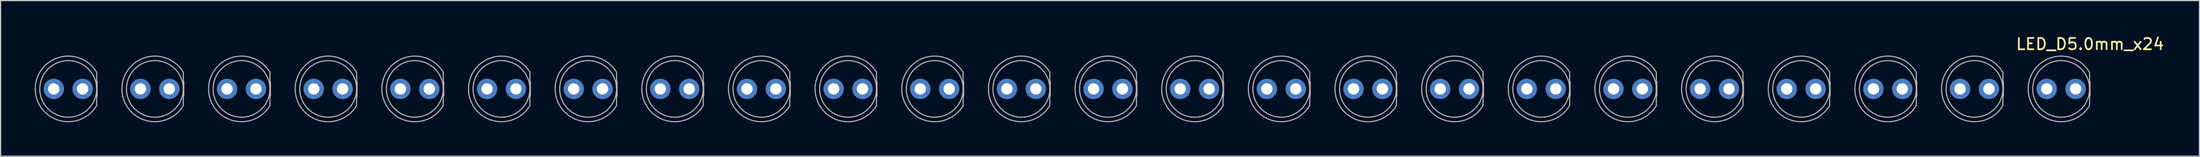
<source format=kicad_pcb>
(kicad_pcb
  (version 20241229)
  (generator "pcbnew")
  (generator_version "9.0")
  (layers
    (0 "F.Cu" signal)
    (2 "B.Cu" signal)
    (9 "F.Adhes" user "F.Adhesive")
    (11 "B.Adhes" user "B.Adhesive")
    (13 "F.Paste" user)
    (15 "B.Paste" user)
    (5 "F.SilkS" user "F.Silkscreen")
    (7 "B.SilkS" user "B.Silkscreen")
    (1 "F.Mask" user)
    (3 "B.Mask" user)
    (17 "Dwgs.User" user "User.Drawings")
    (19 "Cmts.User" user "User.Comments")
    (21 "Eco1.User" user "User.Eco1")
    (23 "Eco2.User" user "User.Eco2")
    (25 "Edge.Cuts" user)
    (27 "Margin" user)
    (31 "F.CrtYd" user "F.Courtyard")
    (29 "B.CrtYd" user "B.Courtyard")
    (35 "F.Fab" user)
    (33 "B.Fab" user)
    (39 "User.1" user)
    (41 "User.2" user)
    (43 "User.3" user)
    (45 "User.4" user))
  (footprint "LED_D5.0mm_x24"
    (layer "F.Cu")
    (at 179.48 4.808)
    (property "Reference" "LED_D5.0mm_x24" (at 1.27 -3.96 0) (layer "F.SilkS") (effects (font (size 1 1) (thickness 0.15))))
    (attr through_hole)
    (fp_line (start -173.99 -0.635) (end -173.99 0.635) (stroke (width 0.1) (type solid)) (layer "B.SilkS"))
    (fp_line (start -166.37 -0.635) (end -166.37 0.635) (stroke (width 0.1) (type solid)) (layer "B.SilkS"))
    (fp_line (start -158.75 -0.635) (end -158.75 0.635) (stroke (width 0.1) (type solid)) (layer "B.SilkS"))
    (fp_line (start -151.13 -0.635) (end -151.13 0.635) (stroke (width 0.1) (type solid)) (layer "B.SilkS"))
    (fp_line (start -143.51 -0.635) (end -143.51 0.635) (stroke (width 0.1) (type solid)) (layer "B.SilkS"))
    (fp_line (start -135.89 -0.635) (end -135.89 0.635) (stroke (width 0.1) (type solid)) (layer "B.SilkS"))
    (fp_line (start -128.27 -0.635) (end -128.27 0.635) (stroke (width 0.1) (type solid)) (layer "B.SilkS"))
    (fp_line (start -120.65 -0.635) (end -120.65 0.635) (stroke (width 0.1) (type solid)) (layer "B.SilkS"))
    (fp_line (start -113.03 -0.635) (end -113.03 0.635) (stroke (width 0.1) (type solid)) (layer "B.SilkS"))
    (fp_line (start -105.41 -0.635) (end -105.41 0.635) (stroke (width 0.1) (type solid)) (layer "B.SilkS"))
    (fp_line (start -97.79 -0.635) (end -97.79 0.635) (stroke (width 0.1) (type solid)) (layer "B.SilkS"))
    (fp_line (start -90.17 -0.635) (end -90.17 0.635) (stroke (width 0.1) (type solid)) (layer "B.SilkS"))
    (fp_line (start -82.55 -0.635) (end -82.55 0.635) (stroke (width 0.1) (type solid)) (layer "B.SilkS"))
    (fp_line (start -74.93 -0.635) (end -74.93 0.635) (stroke (width 0.1) (type solid)) (layer "B.SilkS"))
    (fp_line (start -67.31 -0.635) (end -67.31 0.635) (stroke (width 0.1) (type solid)) (layer "B.SilkS"))
    (fp_line (start -59.69 -0.635) (end -59.69 0.635) (stroke (width 0.1) (type solid)) (layer "B.SilkS"))
    (fp_line (start -52.07 -0.635) (end -52.07 0.635) (stroke (width 0.1) (type solid)) (layer "B.SilkS"))
    (fp_line (start -44.45 -0.635) (end -44.45 0.635) (stroke (width 0.1) (type solid)) (layer "B.SilkS"))
    (fp_line (start -36.83 -0.635) (end -36.83 0.635) (stroke (width 0.1) (type solid)) (layer "B.SilkS"))
    (fp_line (start -29.21 -0.635) (end -29.21 0.635) (stroke (width 0.1) (type solid)) (layer "B.SilkS"))
    (fp_line (start -21.59 -0.635) (end -21.59 0.635) (stroke (width 0.1) (type solid)) (layer "B.SilkS"))
    (fp_line (start -13.97 -0.635) (end -13.97 0.635) (stroke (width 0.1) (type solid)) (layer "B.SilkS"))
    (fp_line (start -6.35 -0.635) (end -6.35 0.635) (stroke (width 0.1) (type solid)) (layer "B.SilkS"))
    (fp_line (start 1.27 -0.635) (end 1.27 0.635) (stroke (width 0.1) (type solid)) (layer "B.SilkS"))
    (fp_line (start -174.03 1.47) (end -174.03 -1.47) (stroke (width 0.1) (type solid)) (layer "F.Fab"))
    (fp_line (start -166.41 1.47) (end -166.41 -1.47) (stroke (width 0.1) (type solid)) (layer "F.Fab"))
    (fp_line (start -158.79 1.47) (end -158.79 -1.47) (stroke (width 0.1) (type solid)) (layer "F.Fab"))
    (fp_line (start -151.17 1.47) (end -151.17 -1.47) (stroke (width 0.1) (type solid)) (layer "F.Fab"))
    (fp_line (start -143.55 1.47) (end -143.55 -1.47) (stroke (width 0.1) (type solid)) (layer "F.Fab"))
    (fp_line (start -135.93 1.47) (end -135.93 -1.47) (stroke (width 0.1) (type solid)) (layer "F.Fab"))
    (fp_line (start -128.31 1.47) (end -128.31 -1.47) (stroke (width 0.1) (type solid)) (layer "F.Fab"))
    (fp_line (start -120.69 1.47) (end -120.69 -1.47) (stroke (width 0.1) (type solid)) (layer "F.Fab"))
    (fp_line (start -113.07 1.47) (end -113.07 -1.47) (stroke (width 0.1) (type solid)) (layer "F.Fab"))
    (fp_line (start -105.45 1.47) (end -105.45 -1.47) (stroke (width 0.1) (type solid)) (layer "F.Fab"))
    (fp_line (start -97.83 1.47) (end -97.83 -1.47) (stroke (width 0.1) (type solid)) (layer "F.Fab"))
    (fp_line (start -90.21 1.47) (end -90.21 -1.47) (stroke (width 0.1) (type solid)) (layer "F.Fab"))
    (fp_line (start -82.59 1.47) (end -82.59 -1.47) (stroke (width 0.1) (type solid)) (layer "F.Fab"))
    (fp_line (start -74.97 1.47) (end -74.97 -1.47) (stroke (width 0.1) (type solid)) (layer "F.Fab"))
    (fp_line (start -67.35 1.47) (end -67.35 -1.47) (stroke (width 0.1) (type solid)) (layer "F.Fab"))
    (fp_line (start -59.73 1.47) (end -59.73 -1.47) (stroke (width 0.1) (type solid)) (layer "F.Fab"))
    (fp_line (start -52.11 1.47) (end -52.11 -1.47) (stroke (width 0.1) (type solid)) (layer "F.Fab"))
    (fp_line (start -44.49 1.47) (end -44.49 -1.47) (stroke (width 0.1) (type solid)) (layer "F.Fab"))
    (fp_line (start -36.87 1.47) (end -36.87 -1.47) (stroke (width 0.1) (type solid)) (layer "F.Fab"))
    (fp_line (start -29.25 1.47) (end -29.25 -1.47) (stroke (width 0.1) (type solid)) (layer "F.Fab"))
    (fp_line (start -21.63 1.47) (end -21.63 -1.47) (stroke (width 0.1) (type solid)) (layer "F.Fab"))
    (fp_line (start -14.01 1.47) (end -14.01 -1.47) (stroke (width 0.1) (type solid)) (layer "F.Fab"))
    (fp_line (start -6.39 1.47) (end -6.39 -1.47) (stroke (width 0.1) (type solid)) (layer "F.Fab"))
    (fp_line (start 1.23 1.47) (end 1.23 -1.47) (stroke (width 0.1) (type solid)) (layer "F.Fab"))
    (fp_arc (start -174.03 1.469694) (mid -179.43 -0.000016) (end -174.029984 -1.469666) (stroke (width 0.1) (type solid)) (layer "F.Fab"))
    (fp_arc (start -166.41 1.469694) (mid -171.81 -0.000016) (end -166.409984 -1.469666) (stroke (width 0.1) (type solid)) (layer "F.Fab"))
    (fp_arc (start -158.79 1.469694) (mid -164.19 -0.000016) (end -158.789984 -1.469666) (stroke (width 0.1) (type solid)) (layer "F.Fab"))
    (fp_arc (start -151.17 1.469694) (mid -156.57 -0.000016) (end -151.169984 -1.469666) (stroke (width 0.1) (type solid)) (layer "F.Fab"))
    (fp_arc (start -143.55 1.469694) (mid -148.95 -0.000016) (end -143.549984 -1.469666) (stroke (width 0.1) (type solid)) (layer "F.Fab"))
    (fp_arc (start -135.93 1.469694) (mid -141.33 -0.000016) (end -135.929984 -1.469666) (stroke (width 0.1) (type solid)) (layer "F.Fab"))
    (fp_arc (start -128.31 1.469694) (mid -133.71 -0.000016) (end -128.309984 -1.469666) (stroke (width 0.1) (type solid)) (layer "F.Fab"))
    (fp_arc (start -120.69 1.469694) (mid -126.09 -0.000016) (end -120.689984 -1.469666) (stroke (width 0.1) (type solid)) (layer "F.Fab"))
    (fp_arc (start -113.07 1.469694) (mid -118.47 -0.000016) (end -113.069984 -1.469666) (stroke (width 0.1) (type solid)) (layer "F.Fab"))
    (fp_arc (start -105.45 1.469694) (mid -110.85 -0.000016) (end -105.449984 -1.469666) (stroke (width 0.1) (type solid)) (layer "F.Fab"))
    (fp_arc (start -97.83 1.469694) (mid -103.23 -0.000016) (end -97.829984 -1.469666) (stroke (width 0.1) (type solid)) (layer "F.Fab"))
    (fp_arc (start -90.21 1.469694) (mid -95.61 -0.000016) (end -90.209984 -1.469666) (stroke (width 0.1) (type solid)) (layer "F.Fab"))
    (fp_arc (start -82.59 1.469694) (mid -87.99 -0.000016) (end -82.589984 -1.469666) (stroke (width 0.1) (type solid)) (layer "F.Fab"))
    (fp_arc (start -74.97 1.469694) (mid -80.37 -0.000016) (end -74.969984 -1.469666) (stroke (width 0.1) (type solid)) (layer "F.Fab"))
    (fp_arc (start -67.35 1.469694) (mid -72.75 -0.000016) (end -67.349984 -1.469666) (stroke (width 0.1) (type solid)) (layer "F.Fab"))
    (fp_arc (start -59.73 1.469694) (mid -65.13 -0.000016) (end -59.729984 -1.469666) (stroke (width 0.1) (type solid)) (layer "F.Fab"))
    (fp_arc (start -52.11 1.469694) (mid -57.51 -0.000016) (end -52.109984 -1.469666) (stroke (width 0.1) (type solid)) (layer "F.Fab"))
    (fp_arc (start -44.49 1.469694) (mid -49.89 -0.000016) (end -44.489984 -1.469666) (stroke (width 0.1) (type solid)) (layer "F.Fab"))
    (fp_arc (start -36.87 1.469694) (mid -42.27 -0.000016) (end -36.869984 -1.469666) (stroke (width 0.1) (type solid)) (layer "F.Fab"))
    (fp_arc (start -29.25 1.469694) (mid -34.65 -0.000016) (end -29.249984 -1.469666) (stroke (width 0.1) (type solid)) (layer "F.Fab"))
    (fp_arc (start -21.63 1.469694) (mid -27.03 -0.000016) (end -21.629984 -1.469666) (stroke (width 0.1) (type solid)) (layer "F.Fab"))
    (fp_arc (start -14.01 1.469694) (mid -19.41 -0.000016) (end -14.009984 -1.469666) (stroke (width 0.1) (type solid)) (layer "F.Fab"))
    (fp_arc (start -6.39 1.469694) (mid -11.79 -0.000016) (end -6.389984 -1.469666) (stroke (width 0.1) (type solid)) (layer "F.Fab"))
    (fp_arc (start 1.23 1.469694) (mid -4.17 -0.000016) (end 1.230016 -1.469666) (stroke (width 0.1) (type solid)) (layer "F.Fab"))
    (fp_circle (center -176.53 0) (end -179.03 0) (stroke (width 0.1) (type solid)) (fill no) (layer "F.Fab"))
    (fp_circle (center -168.91 0) (end -171.41 0) (stroke (width 0.1) (type solid)) (fill no) (layer "F.Fab"))
    (fp_circle (center -161.29 0) (end -163.79 0) (stroke (width 0.1) (type solid)) (fill no) (layer "F.Fab"))
    (fp_circle (center -153.67 0) (end -156.17 0) (stroke (width 0.1) (type solid)) (fill no) (layer "F.Fab"))
    (fp_circle (center -146.05 0) (end -148.55 0) (stroke (width 0.1) (type solid)) (fill no) (layer "F.Fab"))
    (fp_circle (center -138.43 0) (end -140.93 0) (stroke (width 0.1) (type solid)) (fill no) (layer "F.Fab"))
    (fp_circle (center -130.81 0) (end -133.31 0) (stroke (width 0.1) (type solid)) (fill no) (layer "F.Fab"))
    (fp_circle (center -123.19 0) (end -125.69 0) (stroke (width 0.1) (type solid)) (fill no) (layer "F.Fab"))
    (fp_circle (center -115.57 0) (end -118.07 0) (stroke (width 0.1) (type solid)) (fill no) (layer "F.Fab"))
    (fp_circle (center -107.95 0) (end -110.45 0) (stroke (width 0.1) (type solid)) (fill no) (layer "F.Fab"))
    (fp_circle (center -100.33 0) (end -102.83 0) (stroke (width 0.1) (type solid)) (fill no) (layer "F.Fab"))
    (fp_circle (center -92.71 0) (end -95.21 0) (stroke (width 0.1) (type solid)) (fill no) (layer "F.Fab"))
    (fp_circle (center -85.09 0) (end -87.59 0) (stroke (width 0.1) (type solid)) (fill no) (layer "F.Fab"))
    (fp_circle (center -77.47 0) (end -79.97 0) (stroke (width 0.1) (type solid)) (fill no) (layer "F.Fab"))
    (fp_circle (center -69.85 0) (end -72.35 0) (stroke (width 0.1) (type solid)) (fill no) (layer "F.Fab"))
    (fp_circle (center -62.23 0) (end -64.73 0) (stroke (width 0.1) (type solid)) (fill no) (layer "F.Fab"))
    (fp_circle (center -54.61 0) (end -57.11 0) (stroke (width 0.1) (type solid)) (fill no) (layer "F.Fab"))
    (fp_circle (center -46.99 0) (end -49.49 0) (stroke (width 0.1) (type solid)) (fill no) (layer "F.Fab"))
    (fp_circle (center -39.37 0) (end -41.87 0) (stroke (width 0.1) (type solid)) (fill no) (layer "F.Fab"))
    (fp_circle (center -31.75 0) (end -34.25 0) (stroke (width 0.1) (type solid)) (fill no) (layer "F.Fab"))
    (fp_circle (center -24.13 0) (end -26.63 0) (stroke (width 0.1) (type solid)) (fill no) (layer "F.Fab"))
    (fp_circle (center -16.51 0) (end -19.01 0) (stroke (width 0.1) (type solid)) (fill no) (layer "F.Fab"))
    (fp_circle (center -8.89 0) (end -11.39 0) (stroke (width 0.1) (type solid)) (fill no) (layer "F.Fab"))
    (fp_circle (center -1.27 0) (end -3.77 0) (stroke (width 0.1) (type solid)) (fill no) (layer "F.Fab"))
    (pad "1" thru_hole circle (at 0 0 180) (size 1.4 1.4) (drill 1) (layers "*.Cu" "B.Mask"))
    (pad "1" smd circle (at 0 0 180) (size 1.8 1.8) (layers "B.Cu" "B.Mask" "B.Paste"))
    (pad "2" thru_hole circle (at -2.54 0 180) (size 1.4 1.4) (drill 1) (layers "*.Cu" "B.Mask"))
    (pad "2" smd circle (at -2.54 0 180) (size 1.8 1.8) (layers "B.Cu" "B.Mask" "B.Paste"))
    (pad "3" thru_hole circle (at -7.62 0 180) (size 1.4 1.4) (drill 1) (layers "*.Cu" "B.Mask"))
    (pad "3" smd circle (at -7.62 0 180) (size 1.8 1.8) (layers "B.Cu" "B.Mask" "B.Paste"))
    (pad "4" thru_hole circle (at -10.16 0 180) (size 1.4 1.4) (drill 1) (layers "*.Cu" "B.Mask"))
    (pad "4" smd circle (at -10.16 0 180) (size 1.8 1.8) (layers "B.Cu" "B.Mask" "B.Paste"))
    (pad "5" thru_hole circle (at -15.24 0 180) (size 1.4 1.4) (drill 1) (layers "*.Cu" "B.Mask"))
    (pad "5" smd circle (at -15.24 0 180) (size 1.8 1.8) (layers "B.Cu" "B.Mask" "B.Paste"))
    (pad "6" thru_hole circle (at -17.78 0 180) (size 1.4 1.4) (drill 1) (layers "*.Cu" "B.Mask"))
    (pad "6" smd circle (at -17.78 0 180) (size 1.8 1.8) (layers "B.Cu" "B.Mask" "B.Paste"))
    (pad "7" thru_hole circle (at -22.86 0 180) (size 1.4 1.4) (drill 1) (layers "*.Cu" "B.Mask"))
    (pad "7" smd circle (at -22.86 0 180) (size 1.8 1.8) (layers "B.Cu" "B.Mask" "B.Paste"))
    (pad "8" thru_hole circle (at -25.4 0 180) (size 1.4 1.4) (drill 1) (layers "*.Cu" "B.Mask"))
    (pad "8" smd circle (at -25.4 0 180) (size 1.8 1.8) (layers "B.Cu" "B.Mask" "B.Paste"))
    (pad "9" thru_hole circle (at -30.48 0 180) (size 1.4 1.4) (drill 1) (layers "*.Cu" "B.Mask"))
    (pad "9" smd circle (at -30.48 0 180) (size 1.8 1.8) (layers "B.Cu" "B.Mask" "B.Paste"))
    (pad "10" thru_hole circle (at -33.02 0 180) (size 1.4 1.4) (drill 1) (layers "*.Cu" "B.Mask"))
    (pad "10" smd circle (at -33.02 0 180) (size 1.8 1.8) (layers "B.Cu" "B.Mask" "B.Paste"))
    (pad "11" thru_hole circle (at -38.1 0 180) (size 1.4 1.4) (drill 1) (layers "*.Cu" "B.Mask"))
    (pad "11" smd circle (at -38.1 0 180) (size 1.8 1.8) (layers "B.Cu" "B.Mask" "B.Paste"))
    (pad "12" thru_hole circle (at -40.64 0 180) (size 1.4 1.4) (drill 1) (layers "*.Cu" "B.Mask"))
    (pad "12" smd circle (at -40.64 0 180) (size 1.8 1.8) (layers "B.Cu" "B.Mask" "B.Paste"))
    (pad "13" thru_hole circle (at -45.72 0 180) (size 1.4 1.4) (drill 1) (layers "*.Cu" "B.Mask"))
    (pad "13" smd circle (at -45.72 0 180) (size 1.8 1.8) (layers "B.Cu" "B.Mask" "B.Paste"))
    (pad "14" thru_hole circle (at -48.26 0 180) (size 1.4 1.4) (drill 1) (layers "*.Cu" "B.Mask"))
    (pad "14" smd circle (at -48.26 0 180) (size 1.8 1.8) (layers "B.Cu" "B.Mask" "B.Paste"))
    (pad "15" thru_hole circle (at -53.34 0 180) (size 1.4 1.4) (drill 1) (layers "*.Cu" "B.Mask"))
    (pad "15" smd circle (at -53.34 0 180) (size 1.8 1.8) (layers "B.Cu" "B.Mask" "B.Paste"))
    (pad "16" thru_hole circle (at -55.88 0 180) (size 1.4 1.4) (drill 1) (layers "*.Cu" "B.Mask"))
    (pad "16" smd circle (at -55.88 0 180) (size 1.8 1.8) (layers "B.Cu" "B.Mask" "B.Paste"))
    (pad "17" thru_hole circle (at -60.96 0 180) (size 1.4 1.4) (drill 1) (layers "*.Cu" "B.Mask"))
    (pad "17" smd circle (at -60.96 0 180) (size 1.8 1.8) (layers "B.Cu" "B.Mask" "B.Paste"))
    (pad "18" thru_hole circle (at -63.5 0 180) (size 1.4 1.4) (drill 1) (layers "*.Cu" "B.Mask"))
    (pad "18" smd circle (at -63.5 0 180) (size 1.8 1.8) (layers "B.Cu" "B.Mask" "B.Paste"))
    (pad "19" thru_hole circle (at -68.58 0 180) (size 1.4 1.4) (drill 1) (layers "*.Cu" "B.Mask"))
    (pad "19" smd circle (at -68.58 0 180) (size 1.8 1.8) (layers "B.Cu" "B.Mask" "B.Paste"))
    (pad "20" thru_hole circle (at -71.12 0 180) (size 1.4 1.4) (drill 1) (layers "*.Cu" "B.Mask"))
    (pad "20" smd circle (at -71.12 0 180) (size 1.8 1.8) (layers "B.Cu" "B.Mask" "B.Paste"))
    (pad "21" thru_hole circle (at -76.2 0 180) (size 1.4 1.4) (drill 1) (layers "*.Cu" "B.Mask"))
    (pad "21" smd circle (at -76.2 0 180) (size 1.8 1.8) (layers "B.Cu" "B.Mask" "B.Paste"))
    (pad "22" thru_hole circle (at -78.74 0 180) (size 1.4 1.4) (drill 1) (layers "*.Cu" "B.Mask"))
    (pad "22" smd circle (at -78.74 0 180) (size 1.8 1.8) (layers "B.Cu" "B.Mask" "B.Paste"))
    (pad "23" thru_hole circle (at -83.82 0 180) (size 1.4 1.4) (drill 1) (layers "*.Cu" "B.Mask"))
    (pad "23" smd circle (at -83.82 0 180) (size 1.8 1.8) (layers "B.Cu" "B.Mask" "B.Paste"))
    (pad "24" thru_hole circle (at -86.36 0 180) (size 1.4 1.4) (drill 1) (layers "*.Cu" "B.Mask"))
    (pad "24" smd circle (at -86.36 0 180) (size 1.8 1.8) (layers "B.Cu" "B.Mask" "B.Paste"))
    (pad "25" thru_hole circle (at -91.44 0 180) (size 1.4 1.4) (drill 1) (layers "*.Cu" "B.Mask"))
    (pad "25" smd circle (at -91.44 0 180) (size 1.8 1.8) (layers "B.Cu" "B.Mask" "B.Paste"))
    (pad "26" thru_hole circle (at -93.98 0 180) (size 1.4 1.4) (drill 1) (layers "*.Cu" "B.Mask"))
    (pad "26" smd circle (at -93.98 0 180) (size 1.8 1.8) (layers "B.Cu" "B.Mask" "B.Paste"))
    (pad "27" thru_hole circle (at -99.06 0 180) (size 1.4 1.4) (drill 1) (layers "*.Cu" "B.Mask"))
    (pad "27" smd circle (at -99.06 0 180) (size 1.8 1.8) (layers "B.Cu" "B.Mask" "B.Paste"))
    (pad "28" thru_hole circle (at -101.6 0 180) (size 1.4 1.4) (drill 1) (layers "*.Cu" "B.Mask"))
    (pad "28" smd circle (at -101.6 0 180) (size 1.8 1.8) (layers "B.Cu" "B.Mask" "B.Paste"))
    (pad "29" thru_hole circle (at -106.68 0 180) (size 1.4 1.4) (drill 1) (layers "*.Cu" "B.Mask"))
    (pad "29" smd circle (at -106.68 0 180) (size 1.8 1.8) (layers "B.Cu" "B.Mask" "B.Paste"))
    (pad "30" thru_hole circle (at -109.22 0 180) (size 1.4 1.4) (drill 1) (layers "*.Cu" "B.Mask"))
    (pad "30" smd circle (at -109.22 0 180) (size 1.8 1.8) (layers "B.Cu" "B.Mask" "B.Paste"))
    (pad "31" thru_hole circle (at -114.3 0 180) (size 1.4 1.4) (drill 1) (layers "*.Cu" "B.Mask"))
    (pad "31" smd circle (at -114.3 0 180) (size 1.8 1.8) (layers "B.Cu" "B.Mask" "B.Paste"))
    (pad "32" thru_hole circle (at -116.84 0 180) (size 1.4 1.4) (drill 1) (layers "*.Cu" "B.Mask"))
    (pad "32" smd circle (at -116.84 0 180) (size 1.8 1.8) (layers "B.Cu" "B.Mask" "B.Paste"))
    (pad "33" thru_hole circle (at -121.92 0 180) (size 1.4 1.4) (drill 1) (layers "*.Cu" "B.Mask"))
    (pad "33" smd circle (at -121.92 0 180) (size 1.8 1.8) (layers "B.Cu" "B.Mask" "B.Paste"))
    (pad "34" thru_hole circle (at -124.46 0 180) (size 1.4 1.4) (drill 1) (layers "*.Cu" "B.Mask"))
    (pad "34" smd circle (at -124.46 0 180) (size 1.8 1.8) (layers "B.Cu" "B.Mask" "B.Paste"))
    (pad "35" thru_hole circle (at -129.54 0 180) (size 1.4 1.4) (drill 1) (layers "*.Cu" "B.Mask"))
    (pad "35" smd circle (at -129.54 0 180) (size 1.8 1.8) (layers "B.Cu" "B.Mask" "B.Paste"))
    (pad "36" thru_hole circle (at -132.08 0 180) (size 1.4 1.4) (drill 1) (layers "*.Cu" "B.Mask"))
    (pad "36" smd circle (at -132.08 0 180) (size 1.8 1.8) (layers "B.Cu" "B.Mask" "B.Paste"))
    (pad "37" thru_hole circle (at -137.16 0 180) (size 1.4 1.4) (drill 1) (layers "*.Cu" "B.Mask"))
    (pad "37" smd circle (at -137.16 0 180) (size 1.8 1.8) (layers "B.Cu" "B.Mask" "B.Paste"))
    (pad "38" thru_hole circle (at -139.7 0 180) (size 1.4 1.4) (drill 1) (layers "*.Cu" "B.Mask"))
    (pad "38" smd circle (at -139.7 0 180) (size 1.8 1.8) (layers "B.Cu" "B.Mask" "B.Paste"))
    (pad "39" thru_hole circle (at -144.78 0 180) (size 1.4 1.4) (drill 1) (layers "*.Cu" "B.Mask"))
    (pad "39" smd circle (at -144.78 0 180) (size 1.8 1.8) (layers "B.Cu" "B.Mask" "B.Paste"))
    (pad "40" thru_hole circle (at -147.32 0 180) (size 1.4 1.4) (drill 1) (layers "*.Cu" "B.Mask"))
    (pad "40" smd circle (at -147.32 0 180) (size 1.8 1.8) (layers "B.Cu" "B.Mask" "B.Paste"))
    (pad "41" thru_hole circle (at -152.4 0 180) (size 1.4 1.4) (drill 1) (layers "*.Cu" "B.Mask"))
    (pad "41" smd circle (at -152.4 0 180) (size 1.8 1.8) (layers "B.Cu" "B.Mask" "B.Paste"))
    (pad "42" thru_hole circle (at -154.94 0 180) (size 1.4 1.4) (drill 1) (layers "*.Cu" "B.Mask"))
    (pad "42" smd circle (at -154.94 0 180) (size 1.8 1.8) (layers "B.Cu" "B.Mask" "B.Paste"))
    (pad "43" thru_hole circle (at -160.02 0 180) (size 1.4 1.4) (drill 1) (layers "*.Cu" "B.Mask"))
    (pad "43" smd circle (at -160.02 0 180) (size 1.8 1.8) (layers "B.Cu" "B.Mask" "B.Paste"))
    (pad "44" thru_hole circle (at -162.56 0 180) (size 1.4 1.4) (drill 1) (layers "*.Cu" "B.Mask"))
    (pad "44" smd circle (at -162.56 0 180) (size 1.8 1.8) (layers "B.Cu" "B.Mask" "B.Paste"))
    (pad "45" thru_hole circle (at -167.64 0 180) (size 1.4 1.4) (drill 1) (layers "*.Cu" "B.Mask"))
    (pad "45" smd circle (at -167.64 0 180) (size 1.8 1.8) (layers "B.Cu" "B.Mask" "B.Paste"))
    (pad "46" thru_hole circle (at -170.18 0 180) (size 1.4 1.4) (drill 1) (layers "*.Cu" "B.Mask"))
    (pad "46" smd circle (at -170.18 0 180) (size 1.8 1.8) (layers "B.Cu" "B.Mask" "B.Paste"))
    (pad "47" thru_hole circle (at -175.26 0 180) (size 1.4 1.4) (drill 1) (layers "*.Cu" "B.Mask"))
    (pad "47" smd circle (at -175.26 0 180) (size 1.8 1.8) (layers "B.Cu" "B.Mask" "B.Paste"))
    (pad "48" thru_hole circle (at -177.8 0 180) (size 1.4 1.4) (drill 1) (layers "*.Cu" "B.Mask"))
    (pad "48" smd circle (at -177.8 0 180) (size 1.8 1.8) (layers "B.Cu" "B.Mask" "B.Paste")))
  (gr_rect
    (start -3 -3)
    (end 190.375 10.758)
    (stroke (width 0.1) (type default))
    (fill no)
    (layer "Edge.Cuts")))
</source>
